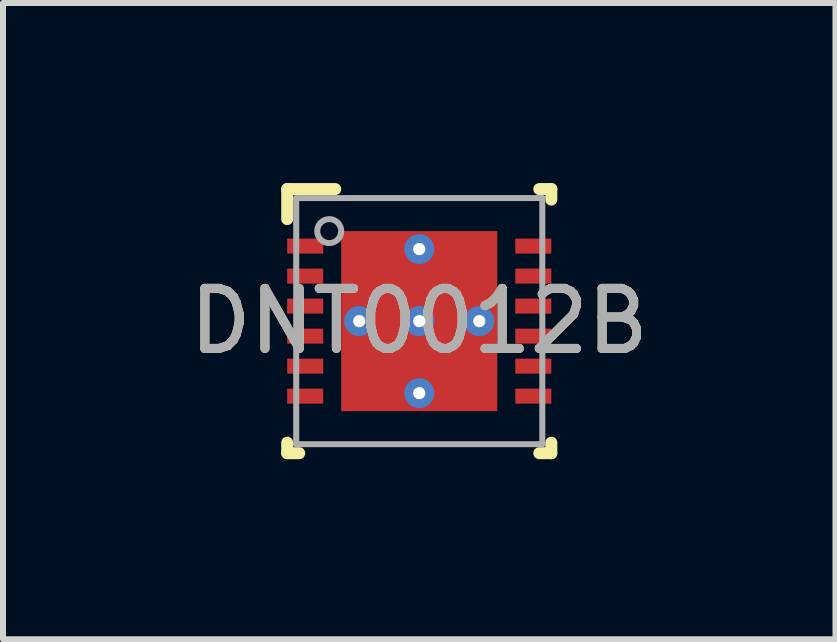
<source format=kicad_pcb>
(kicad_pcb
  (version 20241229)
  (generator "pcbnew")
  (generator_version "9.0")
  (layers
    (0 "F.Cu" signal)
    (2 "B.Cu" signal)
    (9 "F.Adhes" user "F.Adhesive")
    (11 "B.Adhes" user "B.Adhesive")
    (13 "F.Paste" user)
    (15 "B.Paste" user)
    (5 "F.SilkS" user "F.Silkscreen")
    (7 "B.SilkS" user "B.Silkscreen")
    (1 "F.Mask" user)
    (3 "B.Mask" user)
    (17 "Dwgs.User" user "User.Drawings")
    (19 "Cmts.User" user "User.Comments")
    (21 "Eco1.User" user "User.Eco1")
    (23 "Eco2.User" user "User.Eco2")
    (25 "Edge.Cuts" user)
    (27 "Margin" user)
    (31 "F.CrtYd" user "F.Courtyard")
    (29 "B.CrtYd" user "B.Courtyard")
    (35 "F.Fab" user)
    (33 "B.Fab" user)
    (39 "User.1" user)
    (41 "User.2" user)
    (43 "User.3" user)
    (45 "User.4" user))
  (footprint "DNT0012B"
    (layer "F.Cu")
    (at 3.935 2.3)
    (property "Reference" "DNT0012B" (at 0 0 0) (unlocked yes) (layer "F.SilkS") (effects (font (size 1 1) (thickness 0.15))))
    (attr smd)
    (fp_line (start -2.2 -2.2) (end -1.4 -2.2) (stroke (width 0.2) (type solid)) (layer "F.SilkS"))
    (fp_line (start -2.2 -1.7) (end -2.2 -2.2) (stroke (width 0.2) (type solid)) (layer "F.SilkS"))
    (fp_line (start -2.2 2.2) (end -2.2 2.025) (stroke (width 0.2) (type solid)) (layer "F.SilkS"))
    (fp_line (start -2.2 2.2) (end -2 2.2) (stroke (width 0.2) (type solid)) (layer "F.SilkS"))
    (fp_line (start 2 -2.2) (end 2.2 -2.2) (stroke (width 0.2) (type solid)) (layer "F.SilkS"))
    (fp_line (start 2 2.2) (end 2.2 2.2) (stroke (width 0.2) (type solid)) (layer "F.SilkS"))
    (fp_line (start 2.2 -2.025) (end 2.2 -2.2) (stroke (width 0.2) (type solid)) (layer "F.SilkS"))
    (fp_line (start 2.2 2.2) (end 2.2 2.025) (stroke (width 0.2) (type solid)) (layer "F.SilkS"))
    (fp_poly (pts (xy -0.1 -1.41) (xy -1.248 -1.41) (xy -1.248 -0.1) (xy -0.1 -0.1)) (stroke (width 0) (type solid)) (fill yes) (layer "F.Paste"))
    (fp_poly (pts (xy -0.1 0.1) (xy -1.248 0.1) (xy -1.248 1.41) (xy -0.1 1.41)) (stroke (width 0) (type solid)) (fill yes) (layer "F.Paste"))
    (fp_poly (pts (xy 0.1 -0.1) (xy 1.248 -0.1) (xy 1.248 -1.41) (xy 0.1 -1.41)) (stroke (width 0) (type solid)) (fill yes) (layer "F.Paste"))
    (fp_poly (pts (xy 0.1 1.41) (xy 1.248 1.41) (xy 1.248 0.1) (xy 0.1 0.1)) (stroke (width 0) (type solid)) (fill yes) (layer "F.Paste"))
    (fp_line (start -2.05 -2.05) (end 2.05 -2.05) (stroke (width 0.1) (type solid)) (layer "F.Fab"))
    (fp_line (start -2.05 2.05) (end 2.05 2.05) (stroke (width 0.1) (type solid)) (layer "F.Fab"))
    (fp_line (start -2.05 2.05) (end -2.05 -2.05) (stroke (width 0.1) (type solid)) (layer "F.Fab"))
    (fp_line (start 2.05 2.05) (end 2.05 -2.05) (stroke (width 0.1) (type solid)) (layer "F.Fab"))
    (fp_circle (center -1.5 -1.5) (end -1.3 -1.5) (stroke (width 0.1) (type solid)) (fill no) (layer "F.Fab"))
    (fp_text user "${REFERENCE}" (at 0 0 0) (unlocked yes) (layer "F.Fab") (effects (font (size 1 1) (thickness 0.15))))
    (pad "1" smd rect (at -1.9 -1.25 90) (size 0.25 0.6) (layers "F.Cu" "F.Mask" "F.Paste"))
    (pad "2" smd rect (at -1.9 -0.75 90) (size 0.25 0.6) (layers "F.Cu" "F.Mask" "F.Paste"))
    (pad "3" smd rect (at -1.9 -0.25 90) (size 0.25 0.6) (layers "F.Cu" "F.Mask" "F.Paste"))
    (pad "4" smd rect (at -1.9 0.25 90) (size 0.25 0.6) (layers "F.Cu" "F.Mask" "F.Paste"))
    (pad "5" smd rect (at -1.9 0.75 90) (size 0.25 0.6) (layers "F.Cu" "F.Mask" "F.Paste"))
    (pad "6" smd rect (at -1.9 1.25 90) (size 0.25 0.6) (layers "F.Cu" "F.Mask" "F.Paste"))
    (pad "7" smd rect (at 1.9 1.25 90) (size 0.25 0.6) (layers "F.Cu" "F.Mask" "F.Paste"))
    (pad "8" smd rect (at 1.9 0.75 90) (size 0.25 0.6) (layers "F.Cu" "F.Mask" "F.Paste"))
    (pad "9" smd rect (at 1.9 0.25 90) (size 0.25 0.6) (layers "F.Cu" "F.Mask" "F.Paste"))
    (pad "10" smd rect (at 1.9 -0.25 90) (size 0.25 0.6) (layers "F.Cu" "F.Mask" "F.Paste"))
    (pad "11" smd rect (at 1.9 -0.75 90) (size 0.25 0.6) (layers "F.Cu" "F.Mask" "F.Paste"))
    (pad "12" smd rect (at 1.9 -1.25 90) (size 0.25 0.6) (layers "F.Cu" "F.Mask" "F.Paste"))
    (pad "13" smd rect (at 0 0 90) (size 3 2.6) (layers "F.Cu" "F.Mask"))
    (pad "V" thru_hole circle (at -1 0) (size 0.5 0.5) (drill 0.203) (layers "*.Cu" "*.Mask"))
    (pad "V" thru_hole circle (at 0 -1.2) (size 0.5 0.5) (drill 0.203) (layers "*.Cu" "*.Mask"))
    (pad "V" thru_hole circle (at 0 0) (size 0.5 0.5) (drill 0.203) (layers "*.Cu" "*.Mask"))
    (pad "V" thru_hole circle (at 0 1.2) (size 0.5 0.5) (drill 0.203) (layers "*.Cu" "*.Mask"))
    (pad "V" thru_hole circle (at 1 0) (size 0.5 0.5) (drill 0.203) (layers "*.Cu" "*.Mask")))
  (gr_rect
    (start -3 -3)
    (end 10.869 7.6)
    (stroke (width 0.1) (type default))
    (fill no)
    (layer "Edge.Cuts")))
</source>
